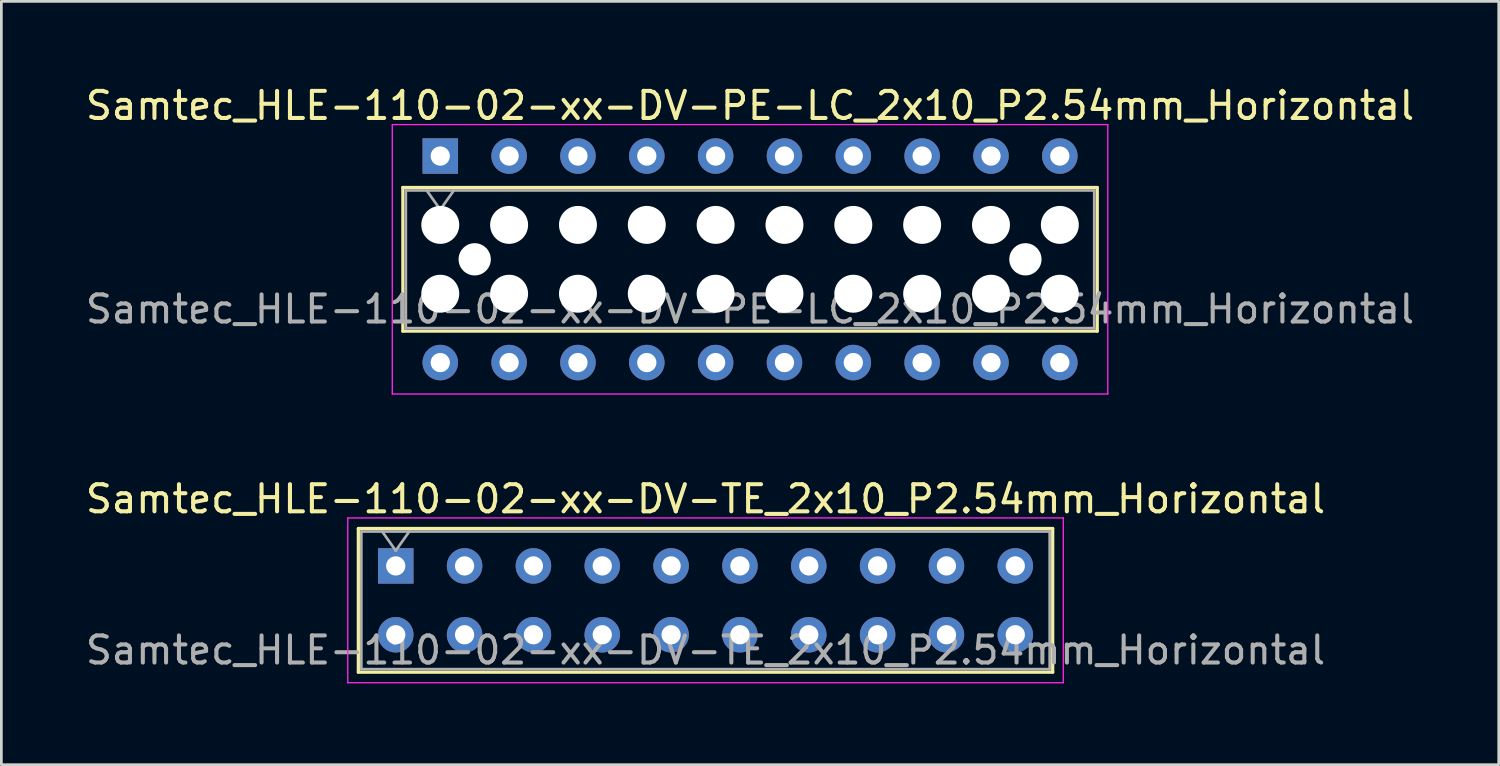
<source format=kicad_pcb>
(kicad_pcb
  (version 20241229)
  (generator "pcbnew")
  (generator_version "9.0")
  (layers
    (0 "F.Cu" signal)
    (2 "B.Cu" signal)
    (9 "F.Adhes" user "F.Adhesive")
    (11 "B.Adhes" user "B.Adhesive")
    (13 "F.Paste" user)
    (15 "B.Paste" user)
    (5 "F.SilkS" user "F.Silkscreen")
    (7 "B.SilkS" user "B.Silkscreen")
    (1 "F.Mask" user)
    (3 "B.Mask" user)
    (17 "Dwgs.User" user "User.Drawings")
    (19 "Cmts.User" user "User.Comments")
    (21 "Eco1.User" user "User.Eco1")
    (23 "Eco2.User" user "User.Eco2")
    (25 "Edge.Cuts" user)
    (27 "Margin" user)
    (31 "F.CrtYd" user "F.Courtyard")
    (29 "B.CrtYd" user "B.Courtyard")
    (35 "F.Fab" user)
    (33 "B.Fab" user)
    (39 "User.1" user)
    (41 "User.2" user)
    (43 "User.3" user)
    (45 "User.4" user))
  (footprint "Samtec_HLE-110-02-xx-DV-PE-LC_2x10_P2.54mm_Horizontal"
    (layer "F.Cu")
    (at 13.195 2.708)
    (property "Reference" "Samtec_HLE-110-02-xx-DV-PE-LC_2x10_P2.54mm_Horizontal" (at 11.43 -1.86 0) (layer "F.SilkS") (effects (font (size 1 1) (thickness 0.15))))
    (attr through_hole)
    (fp_line (start -1.38 1.16) (end 24.24 1.16) (stroke (width 0.12) (type solid)) (layer "F.SilkS"))
    (fp_line (start -1.38 6.46) (end -1.38 1.16) (stroke (width 0.12) (type solid)) (layer "F.SilkS"))
    (fp_line (start 24.24 1.16) (end 24.24 6.46) (stroke (width 0.12) (type solid)) (layer "F.SilkS"))
    (fp_line (start 24.24 6.46) (end -1.38 6.46) (stroke (width 0.12) (type solid)) (layer "F.SilkS"))
    (fp_line (start -1.77 -1.16) (end 24.63 -1.16) (stroke (width 0.05) (type solid)) (layer "F.CrtYd"))
    (fp_line (start -1.77 8.78) (end -1.77 -1.16) (stroke (width 0.05) (type solid)) (layer "F.CrtYd"))
    (fp_line (start 24.63 -1.16) (end 24.63 8.78) (stroke (width 0.05) (type solid)) (layer "F.CrtYd"))
    (fp_line (start 24.63 8.78) (end -1.77 8.78) (stroke (width 0.05) (type solid)) (layer "F.CrtYd"))
    (fp_line (start -1.27 1.27) (end 24.13 1.27) (stroke (width 0.1) (type solid)) (layer "F.Fab"))
    (fp_line (start -1.27 6.35) (end -1.27 1.27) (stroke (width 0.1) (type solid)) (layer "F.Fab"))
    (fp_line (start -0.5 1.27) (end 0 1.977) (stroke (width 0.1) (type solid)) (layer "F.Fab"))
    (fp_line (start 0 1.977) (end 0.5 1.27) (stroke (width 0.1) (type solid)) (layer "F.Fab"))
    (fp_line (start 24.13 1.27) (end 24.13 6.35) (stroke (width 0.1) (type solid)) (layer "F.Fab"))
    (fp_line (start 24.13 6.35) (end -1.27 6.35) (stroke (width 0.1) (type solid)) (layer "F.Fab"))
    (fp_text user "${REFERENCE}" (at 11.43 5.65 0) (layer "F.Fab") (effects (font (size 1 1) (thickness 0.15))))
    (pad "" np_thru_hole circle (at 0 2.54) (size 1.4 1.4) (drill 1.4) (layers "*.Cu" "*.Mask"))
    (pad "" np_thru_hole circle (at 0 5.08) (size 1.4 1.4) (drill 1.4) (layers "*.Cu" "*.Mask"))
    (pad "" np_thru_hole circle (at 1.27 3.81) (size 1.19 1.19) (drill 1.19) (layers "*.Cu" "*.Mask"))
    (pad "" np_thru_hole circle (at 2.54 2.54) (size 1.4 1.4) (drill 1.4) (layers "*.Cu" "*.Mask"))
    (pad "" np_thru_hole circle (at 2.54 5.08) (size 1.4 1.4) (drill 1.4) (layers "*.Cu" "*.Mask"))
    (pad "" np_thru_hole circle (at 5.08 2.54) (size 1.4 1.4) (drill 1.4) (layers "*.Cu" "*.Mask"))
    (pad "" np_thru_hole circle (at 5.08 5.08) (size 1.4 1.4) (drill 1.4) (layers "*.Cu" "*.Mask"))
    (pad "" np_thru_hole circle (at 7.62 2.54) (size 1.4 1.4) (drill 1.4) (layers "*.Cu" "*.Mask"))
    (pad "" np_thru_hole circle (at 7.62 5.08) (size 1.4 1.4) (drill 1.4) (layers "*.Cu" "*.Mask"))
    (pad "" np_thru_hole circle (at 10.16 2.54) (size 1.4 1.4) (drill 1.4) (layers "*.Cu" "*.Mask"))
    (pad "" np_thru_hole circle (at 10.16 5.08) (size 1.4 1.4) (drill 1.4) (layers "*.Cu" "*.Mask"))
    (pad "" np_thru_hole circle (at 12.7 2.54) (size 1.4 1.4) (drill 1.4) (layers "*.Cu" "*.Mask"))
    (pad "" np_thru_hole circle (at 12.7 5.08) (size 1.4 1.4) (drill 1.4) (layers "*.Cu" "*.Mask"))
    (pad "" np_thru_hole circle (at 15.24 2.54) (size 1.4 1.4) (drill 1.4) (layers "*.Cu" "*.Mask"))
    (pad "" np_thru_hole circle (at 15.24 5.08) (size 1.4 1.4) (drill 1.4) (layers "*.Cu" "*.Mask"))
    (pad "" np_thru_hole circle (at 17.78 2.54) (size 1.4 1.4) (drill 1.4) (layers "*.Cu" "*.Mask"))
    (pad "" np_thru_hole circle (at 17.78 5.08) (size 1.4 1.4) (drill 1.4) (layers "*.Cu" "*.Mask"))
    (pad "" np_thru_hole circle (at 20.32 2.54) (size 1.4 1.4) (drill 1.4) (layers "*.Cu" "*.Mask"))
    (pad "" np_thru_hole circle (at 20.32 5.08) (size 1.4 1.4) (drill 1.4) (layers "*.Cu" "*.Mask"))
    (pad "" np_thru_hole circle (at 21.59 3.81) (size 1.19 1.19) (drill 1.19) (layers "*.Cu" "*.Mask"))
    (pad "" np_thru_hole circle (at 22.86 2.54) (size 1.4 1.4) (drill 1.4) (layers "*.Cu" "*.Mask"))
    (pad "" np_thru_hole circle (at 22.86 5.08) (size 1.4 1.4) (drill 1.4) (layers "*.Cu" "*.Mask"))
    (pad "1" thru_hole rect (at 0 0) (size 1.31 1.31) (drill 0.71) (layers "*.Cu" "*.Mask"))
    (pad "2" thru_hole circle (at 0 7.62) (size 1.31 1.31) (drill 0.71) (layers "*.Cu" "*.Mask"))
    (pad "3" thru_hole circle (at 2.54 0) (size 1.31 1.31) (drill 0.71) (layers "*.Cu" "*.Mask"))
    (pad "4" thru_hole circle (at 2.54 7.62) (size 1.31 1.31) (drill 0.71) (layers "*.Cu" "*.Mask"))
    (pad "5" thru_hole circle (at 5.08 0) (size 1.31 1.31) (drill 0.71) (layers "*.Cu" "*.Mask"))
    (pad "6" thru_hole circle (at 5.08 7.62) (size 1.31 1.31) (drill 0.71) (layers "*.Cu" "*.Mask"))
    (pad "7" thru_hole circle (at 7.62 0) (size 1.31 1.31) (drill 0.71) (layers "*.Cu" "*.Mask"))
    (pad "8" thru_hole circle (at 7.62 7.62) (size 1.31 1.31) (drill 0.71) (layers "*.Cu" "*.Mask"))
    (pad "9" thru_hole circle (at 10.16 0) (size 1.31 1.31) (drill 0.71) (layers "*.Cu" "*.Mask"))
    (pad "10" thru_hole circle (at 10.16 7.62) (size 1.31 1.31) (drill 0.71) (layers "*.Cu" "*.Mask"))
    (pad "11" thru_hole circle (at 12.7 0) (size 1.31 1.31) (drill 0.71) (layers "*.Cu" "*.Mask"))
    (pad "12" thru_hole circle (at 12.7 7.62) (size 1.31 1.31) (drill 0.71) (layers "*.Cu" "*.Mask"))
    (pad "13" thru_hole circle (at 15.24 0) (size 1.31 1.31) (drill 0.71) (layers "*.Cu" "*.Mask"))
    (pad "14" thru_hole circle (at 15.24 7.62) (size 1.31 1.31) (drill 0.71) (layers "*.Cu" "*.Mask"))
    (pad "15" thru_hole circle (at 17.78 0) (size 1.31 1.31) (drill 0.71) (layers "*.Cu" "*.Mask"))
    (pad "16" thru_hole circle (at 17.78 7.62) (size 1.31 1.31) (drill 0.71) (layers "*.Cu" "*.Mask"))
    (pad "17" thru_hole circle (at 20.32 0) (size 1.31 1.31) (drill 0.71) (layers "*.Cu" "*.Mask"))
    (pad "18" thru_hole circle (at 20.32 7.62) (size 1.31 1.31) (drill 0.71) (layers "*.Cu" "*.Mask"))
    (pad "19" thru_hole circle (at 22.86 0) (size 1.31 1.31) (drill 0.71) (layers "*.Cu" "*.Mask"))
    (pad "20" thru_hole circle (at 22.86 7.62) (size 1.31 1.31) (drill 0.71) (layers "*.Cu" "*.Mask")))
  (footprint "Samtec_HLE-110-02-xx-DV-TE_2x10_P2.54mm_Horizontal"
    (layer "F.Cu")
    (at 11.552 17.831)
    (property "Reference" "Samtec_HLE-110-02-xx-DV-TE_2x10_P2.54mm_Horizontal" (at 11.43 -2.47 0) (layer "F.SilkS") (effects (font (size 1 1) (thickness 0.15))))
    (attr through_hole)
    (fp_line (start -1.38 -1.38) (end 24.24 -1.38) (stroke (width 0.12) (type solid)) (layer "F.SilkS"))
    (fp_line (start -1.38 3.92) (end -1.38 -1.38) (stroke (width 0.12) (type solid)) (layer "F.SilkS"))
    (fp_line (start 24.24 -1.38) (end 24.24 3.92) (stroke (width 0.12) (type solid)) (layer "F.SilkS"))
    (fp_line (start 24.24 3.92) (end -1.38 3.92) (stroke (width 0.12) (type solid)) (layer "F.SilkS"))
    (fp_line (start -1.77 -1.77) (end 24.63 -1.77) (stroke (width 0.05) (type solid)) (layer "F.CrtYd"))
    (fp_line (start -1.77 4.31) (end -1.77 -1.77) (stroke (width 0.05) (type solid)) (layer "F.CrtYd"))
    (fp_line (start 24.63 -1.77) (end 24.63 4.31) (stroke (width 0.05) (type solid)) (layer "F.CrtYd"))
    (fp_line (start 24.63 4.31) (end -1.77 4.31) (stroke (width 0.05) (type solid)) (layer "F.CrtYd"))
    (fp_line (start -1.27 -1.27) (end 24.13 -1.27) (stroke (width 0.1) (type solid)) (layer "F.Fab"))
    (fp_line (start -1.27 3.81) (end -1.27 -1.27) (stroke (width 0.1) (type solid)) (layer "F.Fab"))
    (fp_line (start -0.5 -1.27) (end 0 -0.563) (stroke (width 0.1) (type solid)) (layer "F.Fab"))
    (fp_line (start 0 -0.563) (end 0.5 -1.27) (stroke (width 0.1) (type solid)) (layer "F.Fab"))
    (fp_line (start 24.13 -1.27) (end 24.13 3.81) (stroke (width 0.1) (type solid)) (layer "F.Fab"))
    (fp_line (start 24.13 3.81) (end -1.27 3.81) (stroke (width 0.1) (type solid)) (layer "F.Fab"))
    (fp_text user "${REFERENCE}" (at 11.43 3.11 0) (layer "F.Fab") (effects (font (size 1 1) (thickness 0.15))))
    (pad "1" thru_hole rect (at 0 0) (size 1.31 1.31) (drill 0.71) (layers "*.Cu" "*.Mask"))
    (pad "2" thru_hole circle (at 0 2.54) (size 1.31 1.31) (drill 0.71) (layers "*.Cu" "*.Mask"))
    (pad "3" thru_hole circle (at 2.54 0) (size 1.31 1.31) (drill 0.71) (layers "*.Cu" "*.Mask"))
    (pad "4" thru_hole circle (at 2.54 2.54) (size 1.31 1.31) (drill 0.71) (layers "*.Cu" "*.Mask"))
    (pad "5" thru_hole circle (at 5.08 0) (size 1.31 1.31) (drill 0.71) (layers "*.Cu" "*.Mask"))
    (pad "6" thru_hole circle (at 5.08 2.54) (size 1.31 1.31) (drill 0.71) (layers "*.Cu" "*.Mask"))
    (pad "7" thru_hole circle (at 7.62 0) (size 1.31 1.31) (drill 0.71) (layers "*.Cu" "*.Mask"))
    (pad "8" thru_hole circle (at 7.62 2.54) (size 1.31 1.31) (drill 0.71) (layers "*.Cu" "*.Mask"))
    (pad "9" thru_hole circle (at 10.16 0) (size 1.31 1.31) (drill 0.71) (layers "*.Cu" "*.Mask"))
    (pad "10" thru_hole circle (at 10.16 2.54) (size 1.31 1.31) (drill 0.71) (layers "*.Cu" "*.Mask"))
    (pad "11" thru_hole circle (at 12.7 0) (size 1.31 1.31) (drill 0.71) (layers "*.Cu" "*.Mask"))
    (pad "12" thru_hole circle (at 12.7 2.54) (size 1.31 1.31) (drill 0.71) (layers "*.Cu" "*.Mask"))
    (pad "13" thru_hole circle (at 15.24 0) (size 1.31 1.31) (drill 0.71) (layers "*.Cu" "*.Mask"))
    (pad "14" thru_hole circle (at 15.24 2.54) (size 1.31 1.31) (drill 0.71) (layers "*.Cu" "*.Mask"))
    (pad "15" thru_hole circle (at 17.78 0) (size 1.31 1.31) (drill 0.71) (layers "*.Cu" "*.Mask"))
    (pad "16" thru_hole circle (at 17.78 2.54) (size 1.31 1.31) (drill 0.71) (layers "*.Cu" "*.Mask"))
    (pad "17" thru_hole circle (at 20.32 0) (size 1.31 1.31) (drill 0.71) (layers "*.Cu" "*.Mask"))
    (pad "18" thru_hole circle (at 20.32 2.54) (size 1.31 1.31) (drill 0.71) (layers "*.Cu" "*.Mask"))
    (pad "19" thru_hole circle (at 22.86 0) (size 1.31 1.31) (drill 0.71) (layers "*.Cu" "*.Mask"))
    (pad "20" thru_hole circle (at 22.86 2.54) (size 1.31 1.31) (drill 0.71) (layers "*.Cu" "*.Mask")))
  (gr_rect
    (start -3 -3)
    (end 52.25 25.166)
    (stroke (width 0.1) (type default))
    (fill no)
    (layer "Edge.Cuts")))
</source>
